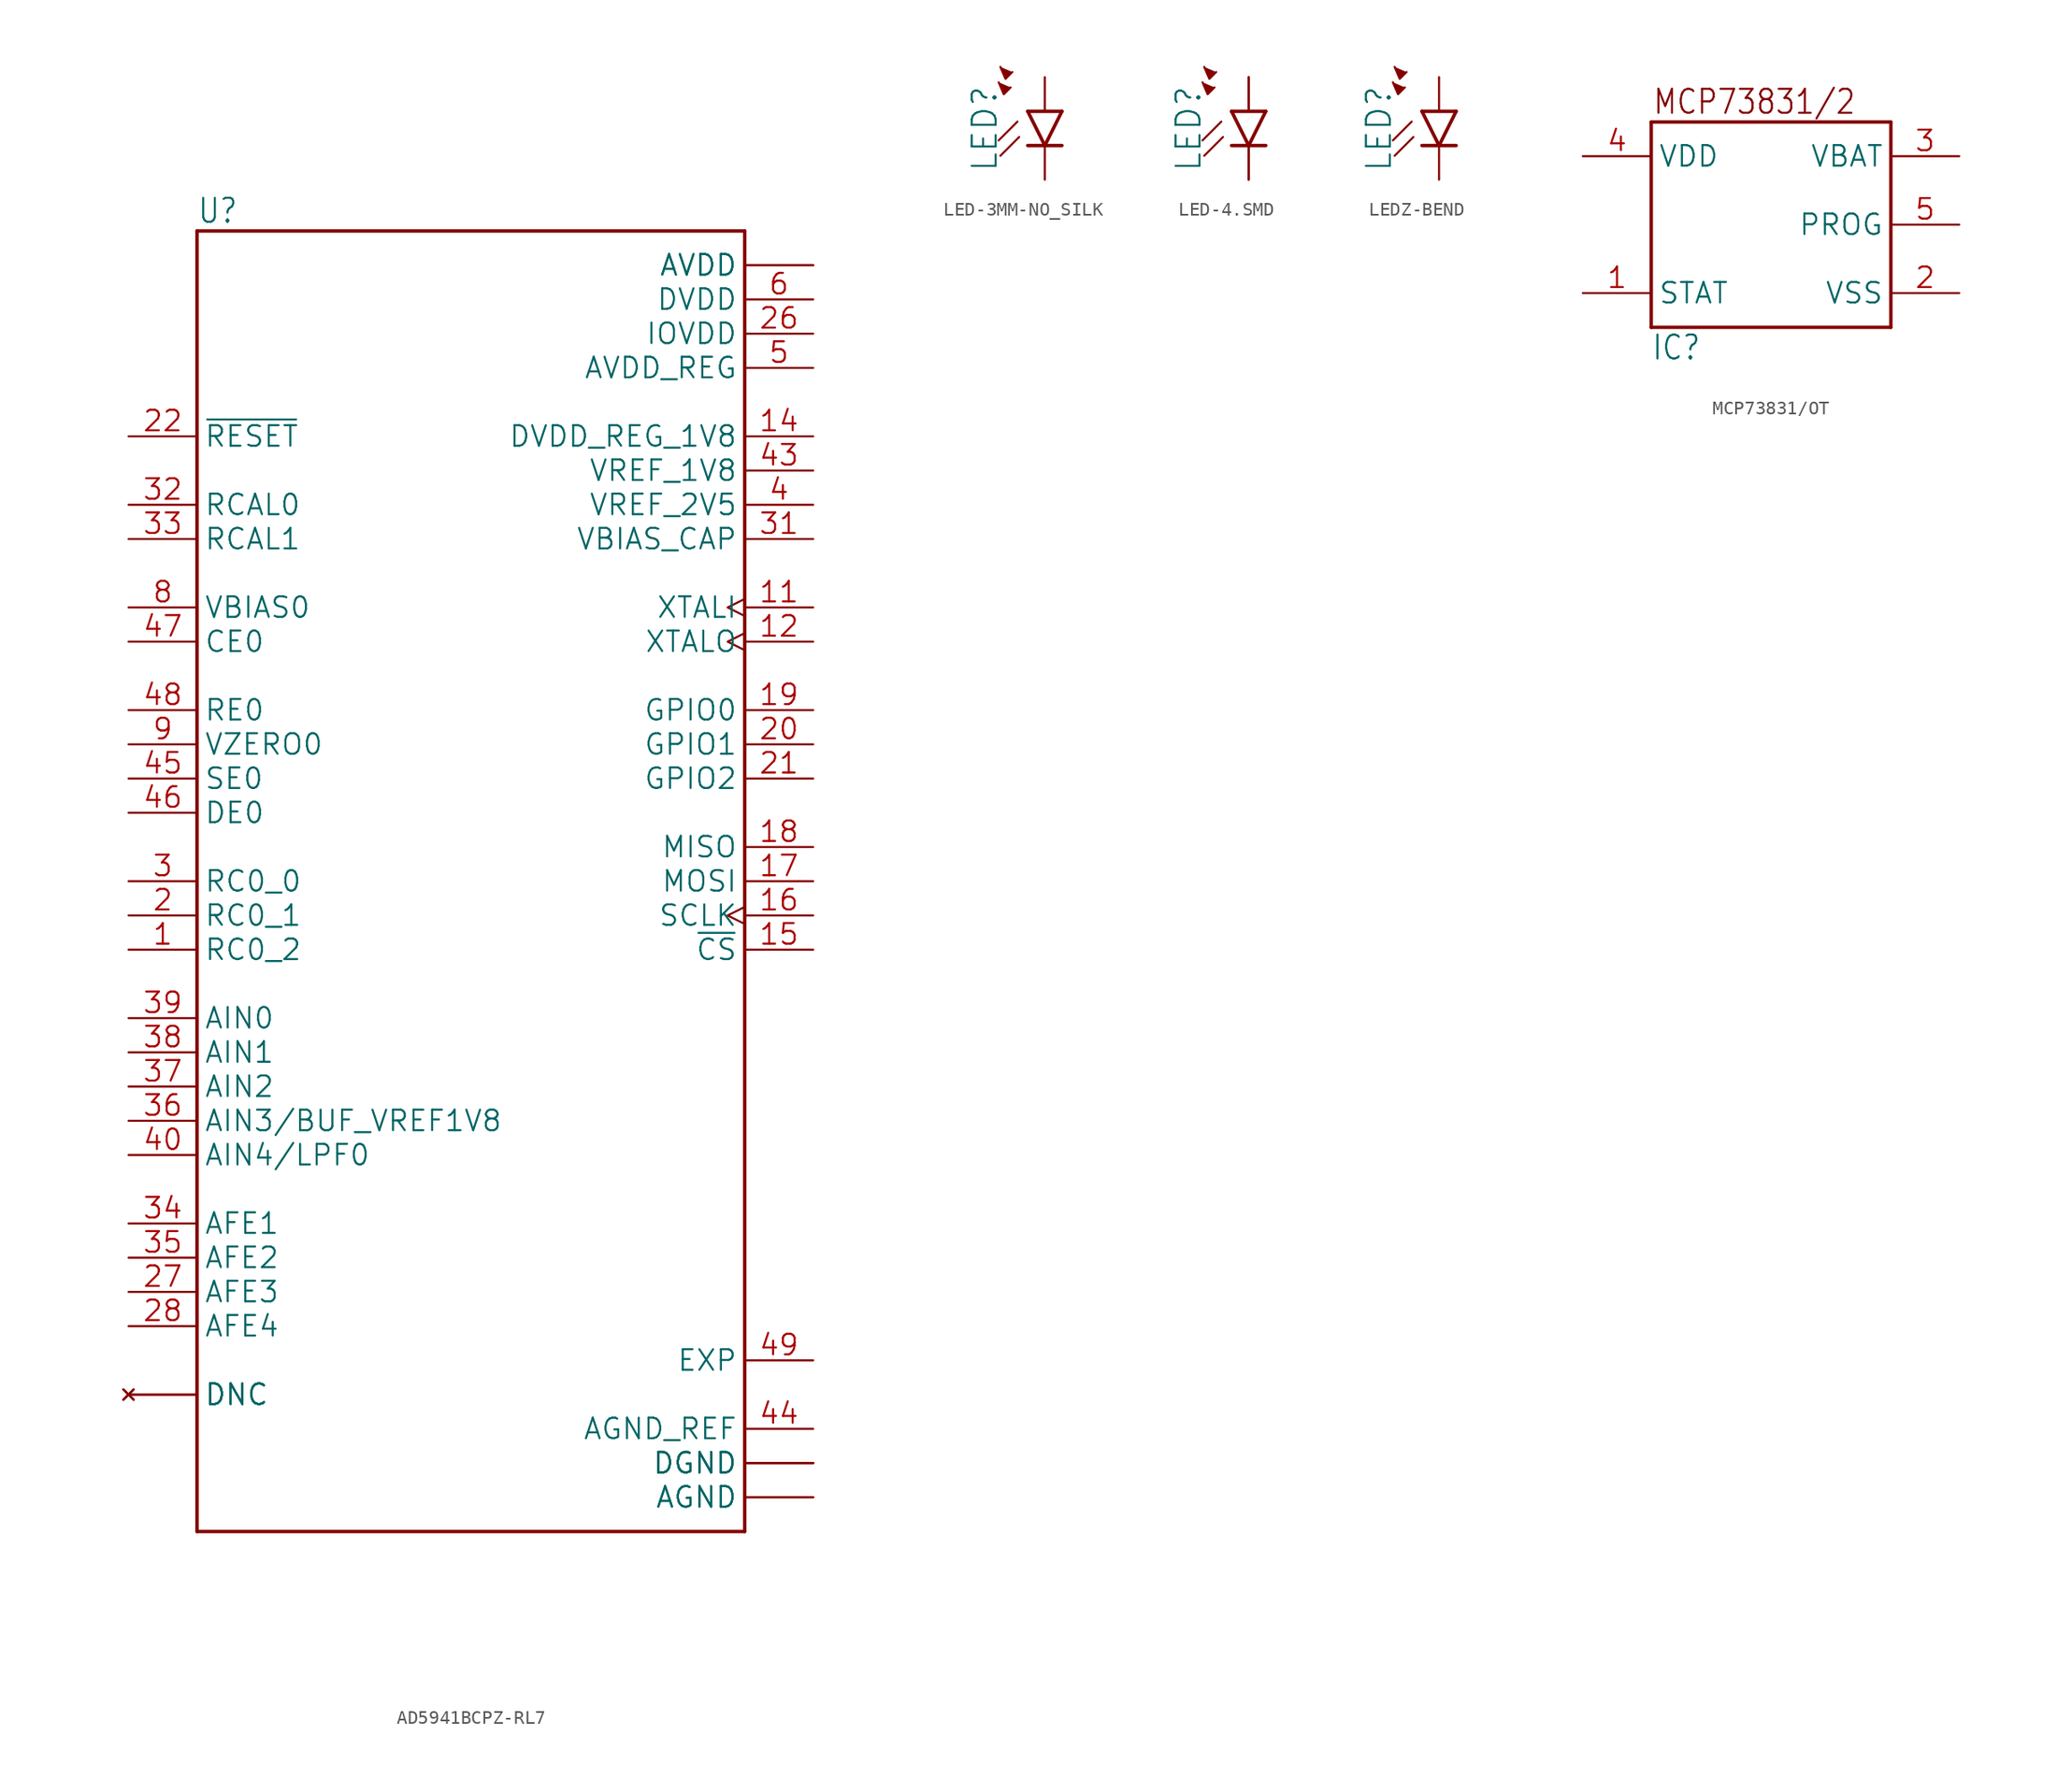
<source format=kicad_sym>
(kicad_symbol_lib
  (version 20241209)
  (generator "kicad_symbol_editor")
  (generator_version "9.0")
  (symbol "AD5941BCPZ-RL7"
    (property "Reference" "U"
      (at -20.32 50.8 0)
      (effects (font (size 1.778 1.511)) (justify left top)))
    (property "Value" ""
      (at -20.32 -50.8 0)
      (effects (font (size 1.778 1.511)) (justify left bottom)))
    (property "ki_locked" ""
      (at 0 0 0)
      (effects (font (size 1.27 1.27))))
    (symbol "AD5941BCPZ-RL7_1_0"
      (polyline (pts (xy -20.32 48.26) (xy 20.32 48.26)) (stroke (width 0.254) (type solid)) (fill (type none)))
      (polyline (pts (xy -20.32 -48.26) (xy -20.32 48.26)) (stroke (width 0.254) (type solid)) (fill (type none)))
      (polyline (pts (xy 20.32 48.26) (xy 20.32 -48.26)) (stroke (width 0.254) (type solid)) (fill (type none)))
      (polyline (pts (xy 20.32 -48.26) (xy -20.32 -48.26)) (stroke (width 0.254) (type solid)) (fill (type none)))
      (pin input line (at -25.4 33.02 0) (length 5.08) (name "~{RESET}" (effects (font (size 1.524 1.524)))) (number "22" (effects (font (size 1.524 1.524)))))
      (pin passive line (at -25.4 27.94 0) (length 5.08) (name "RCAL0" (effects (font (size 1.524 1.524)))) (number "32" (effects (font (size 1.524 1.524)))))
      (pin passive line (at -25.4 25.4 0) (length 5.08) (name "RCAL1" (effects (font (size 1.524 1.524)))) (number "33" (effects (font (size 1.524 1.524)))))
      (pin output line (at -25.4 20.32 0) (length 5.08) (name "VBIAS0" (effects (font (size 1.524 1.524)))) (number "8" (effects (font (size 1.524 1.524)))))
      (pin input line (at -25.4 17.78 0) (length 5.08) (name "CE0" (effects (font (size 1.524 1.524)))) (number "47" (effects (font (size 1.524 1.524)))))
      (pin input line (at -25.4 12.7 0) (length 5.08) (name "RE0" (effects (font (size 1.524 1.524)))) (number "48" (effects (font (size 1.524 1.524)))))
      (pin output line (at -25.4 10.16 0) (length 5.08) (name "VZERO0" (effects (font (size 1.524 1.524)))) (number "9" (effects (font (size 1.524 1.524)))))
      (pin input line (at -25.4 7.62 0) (length 5.08) (name "SE0" (effects (font (size 1.524 1.524)))) (number "45" (effects (font (size 1.524 1.524)))))
      (pin input line (at -25.4 5.08 0) (length 5.08) (name "DE0" (effects (font (size 1.524 1.524)))) (number "46" (effects (font (size 1.524 1.524)))))
      (pin passive line (at -25.4 0 0) (length 5.08) (name "RC0_0" (effects (font (size 1.524 1.524)))) (number "3" (effects (font (size 1.524 1.524)))))
      (pin passive line (at -25.4 -2.54 0) (length 5.08) (name "RC0_1" (effects (font (size 1.524 1.524)))) (number "2" (effects (font (size 1.524 1.524)))))
      (pin passive line (at -25.4 -5.08 0) (length 5.08) (name "RC0_2" (effects (font (size 1.524 1.524)))) (number "1" (effects (font (size 1.524 1.524)))))
      (pin input line (at -25.4 -10.16 0) (length 5.08) (name "AIN0" (effects (font (size 1.524 1.524)))) (number "39" (effects (font (size 1.524 1.524)))))
      (pin input line (at -25.4 -12.7 0) (length 5.08) (name "AIN1" (effects (font (size 1.524 1.524)))) (number "38" (effects (font (size 1.524 1.524)))))
      (pin input line (at -25.4 -15.24 0) (length 5.08) (name "AIN2" (effects (font (size 1.524 1.524)))) (number "37" (effects (font (size 1.524 1.524)))))
      (pin bidirectional line (at -25.4 -17.78 0) (length 5.08) (name "AIN3/BUF_VREF1V8" (effects (font (size 1.524 1.524)))) (number "36" (effects (font (size 1.524 1.524)))))
      (pin input line (at -25.4 -20.32 0) (length 5.08) (name "AIN4/LPF0" (effects (font (size 1.524 1.524)))) (number "40" (effects (font (size 1.524 1.524)))))
      (pin passive line (at -25.4 -25.4 0) (length 5.08) (name "AFE1" (effects (font (size 1.524 1.524)))) (number "34" (effects (font (size 1.524 1.524)))))
      (pin passive line (at -25.4 -27.94 0) (length 5.08) (name "AFE2" (effects (font (size 1.524 1.524)))) (number "35" (effects (font (size 1.524 1.524)))))
      (pin passive line (at -25.4 -30.48 0) (length 5.08) (name "AFE3" (effects (font (size 1.524 1.524)))) (number "27" (effects (font (size 1.524 1.524)))))
      (pin passive line (at -25.4 -33.02 0) (length 5.08) (name "AFE4" (effects (font (size 1.524 1.524)))) (number "28" (effects (font (size 1.524 1.524)))))
      (pin no_connect line (at -25.4 -38.1 0) (length 5.08) (name "DNC" (effects (font (size 1.524 1.524)))) (number "10" (effects (font (size 0 0)))))
      (pin no_connect line (at -25.4 -38.1 0) (length 5.08) (name "DNC" (effects (font (size 1.524 1.524)))) (number "24" (effects (font (size 0 0)))))
      (pin no_connect line (at -25.4 -38.1 0) (length 5.08) (name "DNC" (effects (font (size 1.524 1.524)))) (number "7" (effects (font (size 0 0)))))
      (pin power_in line (at 25.4 45.72 180) (length 5.08) (name "AVDD" (effects (font (size 1.524 1.524)))) (number "30" (effects (font (size 0 0)))))
      (pin power_in line (at 25.4 45.72 180) (length 5.08) (name "AVDD" (effects (font (size 1.524 1.524)))) (number "41" (effects (font (size 0 0)))))
      (pin power_in line (at 25.4 43.18 180) (length 5.08) (name "DVDD" (effects (font (size 1.524 1.524)))) (number "6" (effects (font (size 1.524 1.524)))))
      (pin power_in line (at 25.4 40.64 180) (length 5.08) (name "IOVDD" (effects (font (size 1.524 1.524)))) (number "26" (effects (font (size 1.524 1.524)))))
      (pin power_in line (at 25.4 38.1 180) (length 5.08) (name "AVDD_REG" (effects (font (size 1.524 1.524)))) (number "5" (effects (font (size 1.524 1.524)))))
      (pin passive line (at 25.4 33.02 180) (length 5.08) (name "DVDD_REG_1V8" (effects (font (size 1.524 1.524)))) (number "14" (effects (font (size 1.524 1.524)))))
      (pin passive line (at 25.4 30.48 180) (length 5.08) (name "VREF_1V8" (effects (font (size 1.524 1.524)))) (number "43" (effects (font (size 1.524 1.524)))))
      (pin passive line (at 25.4 27.94 180) (length 5.08) (name "VREF_2V5" (effects (font (size 1.524 1.524)))) (number "4" (effects (font (size 1.524 1.524)))))
      (pin passive line (at 25.4 25.4 180) (length 5.08) (name "VBIAS_CAP" (effects (font (size 1.524 1.524)))) (number "31" (effects (font (size 1.524 1.524)))))
      (pin input clock (at 25.4 20.32 180) (length 5.08) (name "XTALI" (effects (font (size 1.524 1.524)))) (number "11" (effects (font (size 1.524 1.524)))))
      (pin output clock (at 25.4 17.78 180) (length 5.08) (name "XTALO" (effects (font (size 1.524 1.524)))) (number "12" (effects (font (size 1.524 1.524)))))
      (pin bidirectional line (at 25.4 12.7 180) (length 5.08) (name "GPIO0" (effects (font (size 1.524 1.524)))) (number "19" (effects (font (size 1.524 1.524)))))
      (pin bidirectional line (at 25.4 10.16 180) (length 5.08) (name "GPIO1" (effects (font (size 1.524 1.524)))) (number "20" (effects (font (size 1.524 1.524)))))
      (pin bidirectional line (at 25.4 7.62 180) (length 5.08) (name "GPIO2" (effects (font (size 1.524 1.524)))) (number "21" (effects (font (size 1.524 1.524)))))
      (pin output line (at 25.4 2.54 180) (length 5.08) (name "MISO" (effects (font (size 1.524 1.524)))) (number "18" (effects (font (size 1.524 1.524)))))
      (pin input line (at 25.4 0 180) (length 5.08) (name "MOSI" (effects (font (size 1.524 1.524)))) (number "17" (effects (font (size 1.524 1.524)))))
      (pin input clock (at 25.4 -2.54 180) (length 5.08) (name "SCLK" (effects (font (size 1.524 1.524)))) (number "16" (effects (font (size 1.524 1.524)))))
      (pin bidirectional line (at 25.4 -5.08 180) (length 5.08) (name "~{CS}" (effects (font (size 1.524 1.524)))) (number "15" (effects (font (size 1.524 1.524)))))
      (pin power_in line (at 25.4 -35.56 180) (length 5.08) (name "EXP" (effects (font (size 1.524 1.524)))) (number "49" (effects (font (size 1.524 1.524)))))
      (pin power_in line (at 25.4 -40.64 180) (length 5.08) (name "AGND_REF" (effects (font (size 1.524 1.524)))) (number "44" (effects (font (size 1.524 1.524)))))
      (pin power_in line (at 25.4 -43.18 180) (length 5.08) (name "DGND" (effects (font (size 1.524 1.524)))) (number "13" (effects (font (size 0 0)))))
      (pin power_in line (at 25.4 -43.18 180) (length 5.08) (name "DGND" (effects (font (size 1.524 1.524)))) (number "23" (effects (font (size 0 0)))))
      (pin power_in line (at 25.4 -43.18 180) (length 5.08) (name "DGND" (effects (font (size 1.524 1.524)))) (number "25" (effects (font (size 0 0)))))
      (pin power_in line (at 25.4 -45.72 180) (length 5.08) (name "AGND" (effects (font (size 1.524 1.524)))) (number "29" (effects (font (size 0 0)))))
      (pin power_in line (at 25.4 -45.72 180) (length 5.08) (name "AGND" (effects (font (size 1.524 1.524)))) (number "42" (effects (font (size 0 0)))))))
  (symbol "LED-3MM-NO_SILK"
    (property "Reference" "LED"
      (at -3.429 -4.572 90)
      (effects (font (size 1.778 1.778)) (justify left bottom)))
    (property "Value" ""
      (at 1.905 -4.572 90)
      (effects (font (size 1.778 1.778)) (justify left top)))
    (property "ki_locked" ""
      (at 0 0 0)
      (effects (font (size 1.27 1.27))))
    (symbol "LED-3MM-NO_SILK_1_0"
      (polyline (pts (xy -3.429 2.159) (xy -3.048 1.27) (xy -2.54 1.778)) (stroke (width 0.152) (type solid)) (fill (type outline)))
      (polyline (pts (xy -3.302 3.302) (xy -2.921 2.413) (xy -2.413 2.921)) (stroke (width 0.152) (type solid)) (fill (type outline)))
      (polyline (pts (xy -2.032 -0.762) (xy -3.429 -2.159)) (stroke (width 0.152) (type solid)) (fill (type none)))
      (polyline (pts (xy -1.905 -1.905) (xy -3.302 -3.302)) (stroke (width 0.152) (type solid)) (fill (type none)))
      (polyline (pts (xy 0 -2.54) (xy -1.27 0)) (stroke (width 0.254) (type solid)) (fill (type none)))
      (polyline (pts (xy 0 -2.54) (xy -1.27 -2.54)) (stroke (width 0.254) (type solid)) (fill (type none)))
      (polyline (pts (xy 1.27 0) (xy -1.27 0)) (stroke (width 0.254) (type solid)) (fill (type none)))
      (polyline (pts (xy 1.27 0) (xy 0 -2.54)) (stroke (width 0.254) (type solid)) (fill (type none)))
      (polyline (pts (xy 1.27 -2.54) (xy 0 -2.54)) (stroke (width 0.254) (type solid)) (fill (type none)))
      (pin passive line (at 0 2.54 270) (length 2.54) (name "A" (effects (font (size 0 0)))) (number "A" (effects (font (size 0 0)))))
      (pin passive line (at 0 -5.08 90) (length 2.54) (name "C" (effects (font (size 0 0)))) (number "K" (effects (font (size 0 0)))))))
  (symbol "LED-4.SMD"
    (property "Reference" "LED"
      (at -3.429 -4.572 90)
      (effects (font (size 1.778 1.778)) (justify left bottom)))
    (property "Value" ""
      (at 1.905 -4.572 90)
      (effects (font (size 1.778 1.778)) (justify left top)))
    (property "ki_locked" ""
      (at 0 0 0)
      (effects (font (size 1.27 1.27))))
    (symbol "LED-4.SMD_1_0"
      (polyline (pts (xy -3.429 2.159) (xy -3.048 1.27) (xy -2.54 1.778)) (stroke (width 0.152) (type solid)) (fill (type outline)))
      (polyline (pts (xy -3.302 3.302) (xy -2.921 2.413) (xy -2.413 2.921)) (stroke (width 0.152) (type solid)) (fill (type outline)))
      (polyline (pts (xy -2.032 -0.762) (xy -3.429 -2.159)) (stroke (width 0.152) (type solid)) (fill (type none)))
      (polyline (pts (xy -1.905 -1.905) (xy -3.302 -3.302)) (stroke (width 0.152) (type solid)) (fill (type none)))
      (polyline (pts (xy 0 -2.54) (xy -1.27 0)) (stroke (width 0.254) (type solid)) (fill (type none)))
      (polyline (pts (xy 0 -2.54) (xy -1.27 -2.54)) (stroke (width 0.254) (type solid)) (fill (type none)))
      (polyline (pts (xy 1.27 0) (xy -1.27 0)) (stroke (width 0.254) (type solid)) (fill (type none)))
      (polyline (pts (xy 1.27 0) (xy 0 -2.54)) (stroke (width 0.254) (type solid)) (fill (type none)))
      (polyline (pts (xy 1.27 -2.54) (xy 0 -2.54)) (stroke (width 0.254) (type solid)) (fill (type none)))
      (pin passive line (at 0 2.54 270) (length 2.54) (name "A" (effects (font (size 0 0)))) (number "1.1" (effects (font (size 0 0)))))
      (pin passive line (at 0 2.54 270) (length 2.54) (name "A" (effects (font (size 0 0)))) (number "1.2" (effects (font (size 0 0)))))
      (pin passive line (at 0 -5.08 90) (length 2.54) (name "C" (effects (font (size 0 0)))) (number "2.1" (effects (font (size 0 0)))))
      (pin passive line (at 0 -5.08 90) (length 2.54) (name "C" (effects (font (size 0 0)))) (number "2.2" (effects (font (size 0 0)))))))
  (symbol "LEDZ-BEND"
    (property "Reference" "LED"
      (at -3.429 -4.572 90)
      (effects (font (size 1.778 1.778)) (justify left bottom)))
    (property "Value" ""
      (at 1.905 -4.572 90)
      (effects (font (size 1.778 1.778)) (justify left top)))
    (property "ki_locked" ""
      (at 0 0 0)
      (effects (font (size 1.27 1.27))))
    (symbol "LEDZ-BEND_1_0"
      (polyline (pts (xy -3.429 2.159) (xy -3.048 1.27) (xy -2.54 1.778)) (stroke (width 0.152) (type solid)) (fill (type outline)))
      (polyline (pts (xy -3.302 3.302) (xy -2.921 2.413) (xy -2.413 2.921)) (stroke (width 0.152) (type solid)) (fill (type outline)))
      (polyline (pts (xy -2.032 -0.762) (xy -3.429 -2.159)) (stroke (width 0.152) (type solid)) (fill (type none)))
      (polyline (pts (xy -1.905 -1.905) (xy -3.302 -3.302)) (stroke (width 0.152) (type solid)) (fill (type none)))
      (polyline (pts (xy 0 -2.54) (xy -1.27 0)) (stroke (width 0.254) (type solid)) (fill (type none)))
      (polyline (pts (xy 0 -2.54) (xy -1.27 -2.54)) (stroke (width 0.254) (type solid)) (fill (type none)))
      (polyline (pts (xy 1.27 0) (xy -1.27 0)) (stroke (width 0.254) (type solid)) (fill (type none)))
      (polyline (pts (xy 1.27 0) (xy 0 -2.54)) (stroke (width 0.254) (type solid)) (fill (type none)))
      (polyline (pts (xy 1.27 -2.54) (xy 0 -2.54)) (stroke (width 0.254) (type solid)) (fill (type none)))
      (pin passive line (at 0 2.54 270) (length 2.54) (name "A" (effects (font (size 0 0)))) (number "+" (effects (font (size 0 0)))))
      (pin passive line (at 0 -5.08 90) (length 2.54) (name "C" (effects (font (size 0 0)))) (number "-" (effects (font (size 0 0)))))))
  (symbol "MCP73831/OT"
    (property "Reference" "IC"
      (at -7.62 -10.16 0)
      (effects (font (size 1.778 1.511)) (justify left bottom)))
    (property "ki_locked" ""
      (at 0 0 0)
      (effects (font (size 1.27 1.27))))
    (symbol "MCP73831/OT_1_0"
      (polyline (pts (xy -7.62 7.62) (xy 10.16 7.62)) (stroke (width 0.254) (type solid)) (fill (type none)))
      (polyline (pts (xy -7.62 -7.62) (xy -7.62 7.62)) (stroke (width 0.254) (type solid)) (fill (type none)))
      (polyline (pts (xy 10.16 7.62) (xy 10.16 -7.62)) (stroke (width 0.254) (type solid)) (fill (type none)))
      (polyline (pts (xy 10.16 -7.62) (xy -7.62 -7.62)) (stroke (width 0.254) (type solid)) (fill (type none)))
      (text "MCP73831/2" (at 7.62 10.16 0) (effects (font (size 1.778 1.511)) (justify right top)))
      (pin power_in line (at -12.7 5.08 0) (length 5.08) (name "VDD" (effects (font (size 1.524 1.524)))) (number "4" (effects (font (size 1.524 1.524)))))
      (pin output line (at -12.7 -5.08 0) (length 5.08) (name "STAT" (effects (font (size 1.524 1.524)))) (number "1" (effects (font (size 1.524 1.524)))))
      (pin bidirectional line (at 15.24 5.08 180) (length 5.08) (name "VBAT" (effects (font (size 1.524 1.524)))) (number "3" (effects (font (size 1.524 1.524)))))
      (pin input line (at 15.24 0 180) (length 5.08) (name "PROG" (effects (font (size 1.524 1.524)))) (number "5" (effects (font (size 1.524 1.524)))))
      (pin power_in line (at 15.24 -5.08 180) (length 5.08) (name "VSS" (effects (font (size 1.524 1.524)))) (number "2" (effects (font (size 1.524 1.524))))))))
</source>
